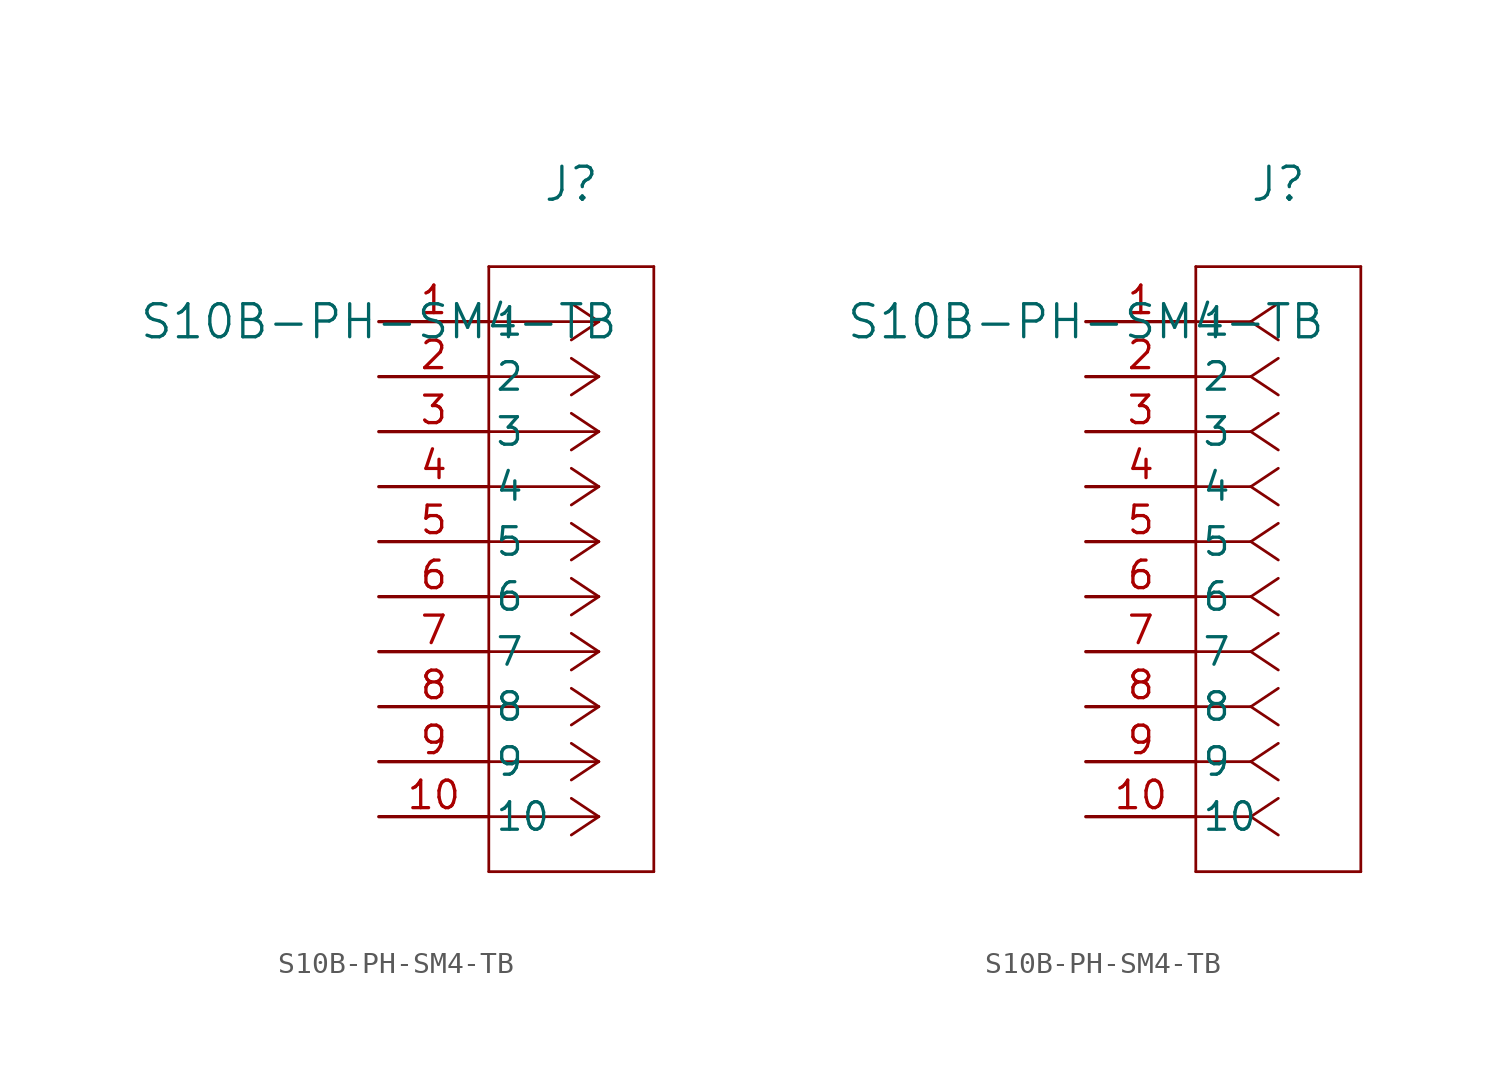
<source format=kicad_sym>
(kicad_symbol_lib
  (version 20211014)
  (generator kicad_symbol_editor)
  (symbol "S10B-PH-SM4-TB"
    (pin_names
      (offset 0.254))
    (property "Reference" "J"
      (at 8.89 6.35 0)
      (effects (font (size 1.524 1.524))))
    (property "Value" "S10B-PH-SM4-TB"
      (at 0 0 0)
      (effects (font (size 1.524 1.524))))
    (symbol "S10B-PH-SM4-TB_1_1"
      (polyline (pts (xy 10.16 0) (xy 5.08 0)) (stroke (width 0.127) (type default) (color 0 0 0 0)) (fill (type none)))
      (polyline (pts (xy 10.16 -2.54) (xy 5.08 -2.54)) (stroke (width 0.127) (type default) (color 0 0 0 0)) (fill (type none)))
      (polyline (pts (xy 10.16 -5.08) (xy 5.08 -5.08)) (stroke (width 0.127) (type default) (color 0 0 0 0)) (fill (type none)))
      (polyline (pts (xy 10.16 -7.62) (xy 5.08 -7.62)) (stroke (width 0.127) (type default) (color 0 0 0 0)) (fill (type none)))
      (polyline (pts (xy 10.16 -10.16) (xy 5.08 -10.16)) (stroke (width 0.127) (type default) (color 0 0 0 0)) (fill (type none)))
      (polyline (pts (xy 10.16 -12.7) (xy 5.08 -12.7)) (stroke (width 0.127) (type default) (color 0 0 0 0)) (fill (type none)))
      (polyline (pts (xy 10.16 -15.24) (xy 5.08 -15.24)) (stroke (width 0.127) (type default) (color 0 0 0 0)) (fill (type none)))
      (polyline (pts (xy 10.16 -17.78) (xy 5.08 -17.78)) (stroke (width 0.127) (type default) (color 0 0 0 0)) (fill (type none)))
      (polyline (pts (xy 10.16 -20.32) (xy 5.08 -20.32)) (stroke (width 0.127) (type default) (color 0 0 0 0)) (fill (type none)))
      (polyline (pts (xy 10.16 -22.86) (xy 5.08 -22.86)) (stroke (width 0.127) (type default) (color 0 0 0 0)) (fill (type none)))
      (polyline (pts (xy 10.16 0) (xy 8.89 0.847)) (stroke (width 0.127) (type default) (color 0 0 0 0)) (fill (type none)))
      (polyline (pts (xy 10.16 -2.54) (xy 8.89 -1.693)) (stroke (width 0.127) (type default) (color 0 0 0 0)) (fill (type none)))
      (polyline (pts (xy 10.16 -5.08) (xy 8.89 -4.233)) (stroke (width 0.127) (type default) (color 0 0 0 0)) (fill (type none)))
      (polyline (pts (xy 10.16 -7.62) (xy 8.89 -6.773)) (stroke (width 0.127) (type default) (color 0 0 0 0)) (fill (type none)))
      (polyline (pts (xy 10.16 -10.16) (xy 8.89 -9.313)) (stroke (width 0.127) (type default) (color 0 0 0 0)) (fill (type none)))
      (polyline (pts (xy 10.16 -12.7) (xy 8.89 -11.853)) (stroke (width 0.127) (type default) (color 0 0 0 0)) (fill (type none)))
      (polyline (pts (xy 10.16 -15.24) (xy 8.89 -14.393)) (stroke (width 0.127) (type default) (color 0 0 0 0)) (fill (type none)))
      (polyline (pts (xy 10.16 -17.78) (xy 8.89 -16.933)) (stroke (width 0.127) (type default) (color 0 0 0 0)) (fill (type none)))
      (polyline (pts (xy 10.16 -20.32) (xy 8.89 -19.473)) (stroke (width 0.127) (type default) (color 0 0 0 0)) (fill (type none)))
      (polyline (pts (xy 10.16 -22.86) (xy 8.89 -22.013)) (stroke (width 0.127) (type default) (color 0 0 0 0)) (fill (type none)))
      (polyline (pts (xy 10.16 0) (xy 8.89 -0.847)) (stroke (width 0.127) (type default) (color 0 0 0 0)) (fill (type none)))
      (polyline (pts (xy 10.16 -2.54) (xy 8.89 -3.387)) (stroke (width 0.127) (type default) (color 0 0 0 0)) (fill (type none)))
      (polyline (pts (xy 10.16 -5.08) (xy 8.89 -5.927)) (stroke (width 0.127) (type default) (color 0 0 0 0)) (fill (type none)))
      (polyline (pts (xy 10.16 -7.62) (xy 8.89 -8.467)) (stroke (width 0.127) (type default) (color 0 0 0 0)) (fill (type none)))
      (polyline (pts (xy 10.16 -10.16) (xy 8.89 -11.007)) (stroke (width 0.127) (type default) (color 0 0 0 0)) (fill (type none)))
      (polyline (pts (xy 10.16 -12.7) (xy 8.89 -13.547)) (stroke (width 0.127) (type default) (color 0 0 0 0)) (fill (type none)))
      (polyline (pts (xy 10.16 -15.24) (xy 8.89 -16.087)) (stroke (width 0.127) (type default) (color 0 0 0 0)) (fill (type none)))
      (polyline (pts (xy 10.16 -17.78) (xy 8.89 -18.627)) (stroke (width 0.127) (type default) (color 0 0 0 0)) (fill (type none)))
      (polyline (pts (xy 10.16 -20.32) (xy 8.89 -21.167)) (stroke (width 0.127) (type default) (color 0 0 0 0)) (fill (type none)))
      (polyline (pts (xy 10.16 -22.86) (xy 8.89 -23.707)) (stroke (width 0.127) (type default) (color 0 0 0 0)) (fill (type none)))
      (polyline (pts (xy 5.08 2.54) (xy 5.08 -25.4)) (stroke (width 0.127) (type default) (color 0 0 0 0)) (fill (type none)))
      (polyline (pts (xy 5.08 -25.4) (xy 12.7 -25.4)) (stroke (width 0.127) (type default) (color 0 0 0 0)) (fill (type none)))
      (polyline (pts (xy 12.7 -25.4) (xy 12.7 2.54)) (stroke (width 0.127) (type default) (color 0 0 0 0)) (fill (type none)))
      (polyline (pts (xy 12.7 2.54) (xy 5.08 2.54)) (stroke (width 0.127) (type default) (color 0 0 0 0)) (fill (type none)))
      (pin unspecified line (at 0 0 0) (length 5.08) (name "1" (effects (font (size 1.27 1.27)))) (number "1" (effects (font (size 1.27 1.27)))))
      (pin unspecified line (at 0 -2.54 0) (length 5.08) (name "2" (effects (font (size 1.27 1.27)))) (number "2" (effects (font (size 1.27 1.27)))))
      (pin unspecified line (at 0 -5.08 0) (length 5.08) (name "3" (effects (font (size 1.27 1.27)))) (number "3" (effects (font (size 1.27 1.27)))))
      (pin unspecified line (at 0 -7.62 0) (length 5.08) (name "4" (effects (font (size 1.27 1.27)))) (number "4" (effects (font (size 1.27 1.27)))))
      (pin unspecified line (at 0 -10.16 0) (length 5.08) (name "5" (effects (font (size 1.27 1.27)))) (number "5" (effects (font (size 1.27 1.27)))))
      (pin unspecified line (at 0 -12.7 0) (length 5.08) (name "6" (effects (font (size 1.27 1.27)))) (number "6" (effects (font (size 1.27 1.27)))))
      (pin unspecified line (at 0 -15.24 0) (length 5.08) (name "7" (effects (font (size 1.27 1.27)))) (number "7" (effects (font (size 1.27 1.27)))))
      (pin unspecified line (at 0 -17.78 0) (length 5.08) (name "8" (effects (font (size 1.27 1.27)))) (number "8" (effects (font (size 1.27 1.27)))))
      (pin unspecified line (at 0 -20.32 0) (length 5.08) (name "9" (effects (font (size 1.27 1.27)))) (number "9" (effects (font (size 1.27 1.27)))))
      (pin unspecified line (at 0 -22.86 0) (length 5.08) (name "10" (effects (font (size 1.27 1.27)))) (number "10" (effects (font (size 1.27 1.27))))))
    (symbol "S10B-PH-SM4-TB_1_2"
      (polyline (pts (xy 7.62 0) (xy 5.08 0)) (stroke (width 0.127) (type default) (color 0 0 0 0)) (fill (type none)))
      (polyline (pts (xy 7.62 -2.54) (xy 5.08 -2.54)) (stroke (width 0.127) (type default) (color 0 0 0 0)) (fill (type none)))
      (polyline (pts (xy 7.62 -5.08) (xy 5.08 -5.08)) (stroke (width 0.127) (type default) (color 0 0 0 0)) (fill (type none)))
      (polyline (pts (xy 7.62 -7.62) (xy 5.08 -7.62)) (stroke (width 0.127) (type default) (color 0 0 0 0)) (fill (type none)))
      (polyline (pts (xy 7.62 -10.16) (xy 5.08 -10.16)) (stroke (width 0.127) (type default) (color 0 0 0 0)) (fill (type none)))
      (polyline (pts (xy 7.62 -12.7) (xy 5.08 -12.7)) (stroke (width 0.127) (type default) (color 0 0 0 0)) (fill (type none)))
      (polyline (pts (xy 7.62 -15.24) (xy 5.08 -15.24)) (stroke (width 0.127) (type default) (color 0 0 0 0)) (fill (type none)))
      (polyline (pts (xy 7.62 -17.78) (xy 5.08 -17.78)) (stroke (width 0.127) (type default) (color 0 0 0 0)) (fill (type none)))
      (polyline (pts (xy 7.62 -20.32) (xy 5.08 -20.32)) (stroke (width 0.127) (type default) (color 0 0 0 0)) (fill (type none)))
      (polyline (pts (xy 7.62 -22.86) (xy 5.08 -22.86)) (stroke (width 0.127) (type default) (color 0 0 0 0)) (fill (type none)))
      (polyline (pts (xy 7.62 0) (xy 8.89 0.847)) (stroke (width 0.127) (type default) (color 0 0 0 0)) (fill (type none)))
      (polyline (pts (xy 7.62 -2.54) (xy 8.89 -1.693)) (stroke (width 0.127) (type default) (color 0 0 0 0)) (fill (type none)))
      (polyline (pts (xy 7.62 -5.08) (xy 8.89 -4.233)) (stroke (width 0.127) (type default) (color 0 0 0 0)) (fill (type none)))
      (polyline (pts (xy 7.62 -7.62) (xy 8.89 -6.773)) (stroke (width 0.127) (type default) (color 0 0 0 0)) (fill (type none)))
      (polyline (pts (xy 7.62 -10.16) (xy 8.89 -9.313)) (stroke (width 0.127) (type default) (color 0 0 0 0)) (fill (type none)))
      (polyline (pts (xy 7.62 -12.7) (xy 8.89 -11.853)) (stroke (width 0.127) (type default) (color 0 0 0 0)) (fill (type none)))
      (polyline (pts (xy 7.62 -15.24) (xy 8.89 -14.393)) (stroke (width 0.127) (type default) (color 0 0 0 0)) (fill (type none)))
      (polyline (pts (xy 7.62 -17.78) (xy 8.89 -16.933)) (stroke (width 0.127) (type default) (color 0 0 0 0)) (fill (type none)))
      (polyline (pts (xy 7.62 -20.32) (xy 8.89 -19.473)) (stroke (width 0.127) (type default) (color 0 0 0 0)) (fill (type none)))
      (polyline (pts (xy 7.62 -22.86) (xy 8.89 -22.013)) (stroke (width 0.127) (type default) (color 0 0 0 0)) (fill (type none)))
      (polyline (pts (xy 7.62 0) (xy 8.89 -0.847)) (stroke (width 0.127) (type default) (color 0 0 0 0)) (fill (type none)))
      (polyline (pts (xy 7.62 -2.54) (xy 8.89 -3.387)) (stroke (width 0.127) (type default) (color 0 0 0 0)) (fill (type none)))
      (polyline (pts (xy 7.62 -5.08) (xy 8.89 -5.927)) (stroke (width 0.127) (type default) (color 0 0 0 0)) (fill (type none)))
      (polyline (pts (xy 7.62 -7.62) (xy 8.89 -8.467)) (stroke (width 0.127) (type default) (color 0 0 0 0)) (fill (type none)))
      (polyline (pts (xy 7.62 -10.16) (xy 8.89 -11.007)) (stroke (width 0.127) (type default) (color 0 0 0 0)) (fill (type none)))
      (polyline (pts (xy 7.62 -12.7) (xy 8.89 -13.547)) (stroke (width 0.127) (type default) (color 0 0 0 0)) (fill (type none)))
      (polyline (pts (xy 7.62 -15.24) (xy 8.89 -16.087)) (stroke (width 0.127) (type default) (color 0 0 0 0)) (fill (type none)))
      (polyline (pts (xy 7.62 -17.78) (xy 8.89 -18.627)) (stroke (width 0.127) (type default) (color 0 0 0 0)) (fill (type none)))
      (polyline (pts (xy 7.62 -20.32) (xy 8.89 -21.167)) (stroke (width 0.127) (type default) (color 0 0 0 0)) (fill (type none)))
      (polyline (pts (xy 7.62 -22.86) (xy 8.89 -23.707)) (stroke (width 0.127) (type default) (color 0 0 0 0)) (fill (type none)))
      (polyline (pts (xy 5.08 2.54) (xy 5.08 -25.4)) (stroke (width 0.127) (type default) (color 0 0 0 0)) (fill (type none)))
      (polyline (pts (xy 5.08 -25.4) (xy 12.7 -25.4)) (stroke (width 0.127) (type default) (color 0 0 0 0)) (fill (type none)))
      (polyline (pts (xy 12.7 -25.4) (xy 12.7 2.54)) (stroke (width 0.127) (type default) (color 0 0 0 0)) (fill (type none)))
      (polyline (pts (xy 12.7 2.54) (xy 5.08 2.54)) (stroke (width 0.127) (type default) (color 0 0 0 0)) (fill (type none)))
      (pin unspecified line (at 0 0 0) (length 5.08) (name "1" (effects (font (size 1.27 1.27)))) (number "1" (effects (font (size 1.27 1.27)))))
      (pin unspecified line (at 0 -2.54 0) (length 5.08) (name "2" (effects (font (size 1.27 1.27)))) (number "2" (effects (font (size 1.27 1.27)))))
      (pin unspecified line (at 0 -5.08 0) (length 5.08) (name "3" (effects (font (size 1.27 1.27)))) (number "3" (effects (font (size 1.27 1.27)))))
      (pin unspecified line (at 0 -7.62 0) (length 5.08) (name "4" (effects (font (size 1.27 1.27)))) (number "4" (effects (font (size 1.27 1.27)))))
      (pin unspecified line (at 0 -10.16 0) (length 5.08) (name "5" (effects (font (size 1.27 1.27)))) (number "5" (effects (font (size 1.27 1.27)))))
      (pin unspecified line (at 0 -12.7 0) (length 5.08) (name "6" (effects (font (size 1.27 1.27)))) (number "6" (effects (font (size 1.27 1.27)))))
      (pin unspecified line (at 0 -15.24 0) (length 5.08) (name "7" (effects (font (size 1.27 1.27)))) (number "7" (effects (font (size 1.27 1.27)))))
      (pin unspecified line (at 0 -17.78 0) (length 5.08) (name "8" (effects (font (size 1.27 1.27)))) (number "8" (effects (font (size 1.27 1.27)))))
      (pin unspecified line (at 0 -20.32 0) (length 5.08) (name "9" (effects (font (size 1.27 1.27)))) (number "9" (effects (font (size 1.27 1.27)))))
      (pin unspecified line (at 0 -22.86 0) (length 5.08) (name "10" (effects (font (size 1.27 1.27)))) (number "10" (effects (font (size 1.27 1.27))))))))
</source>
